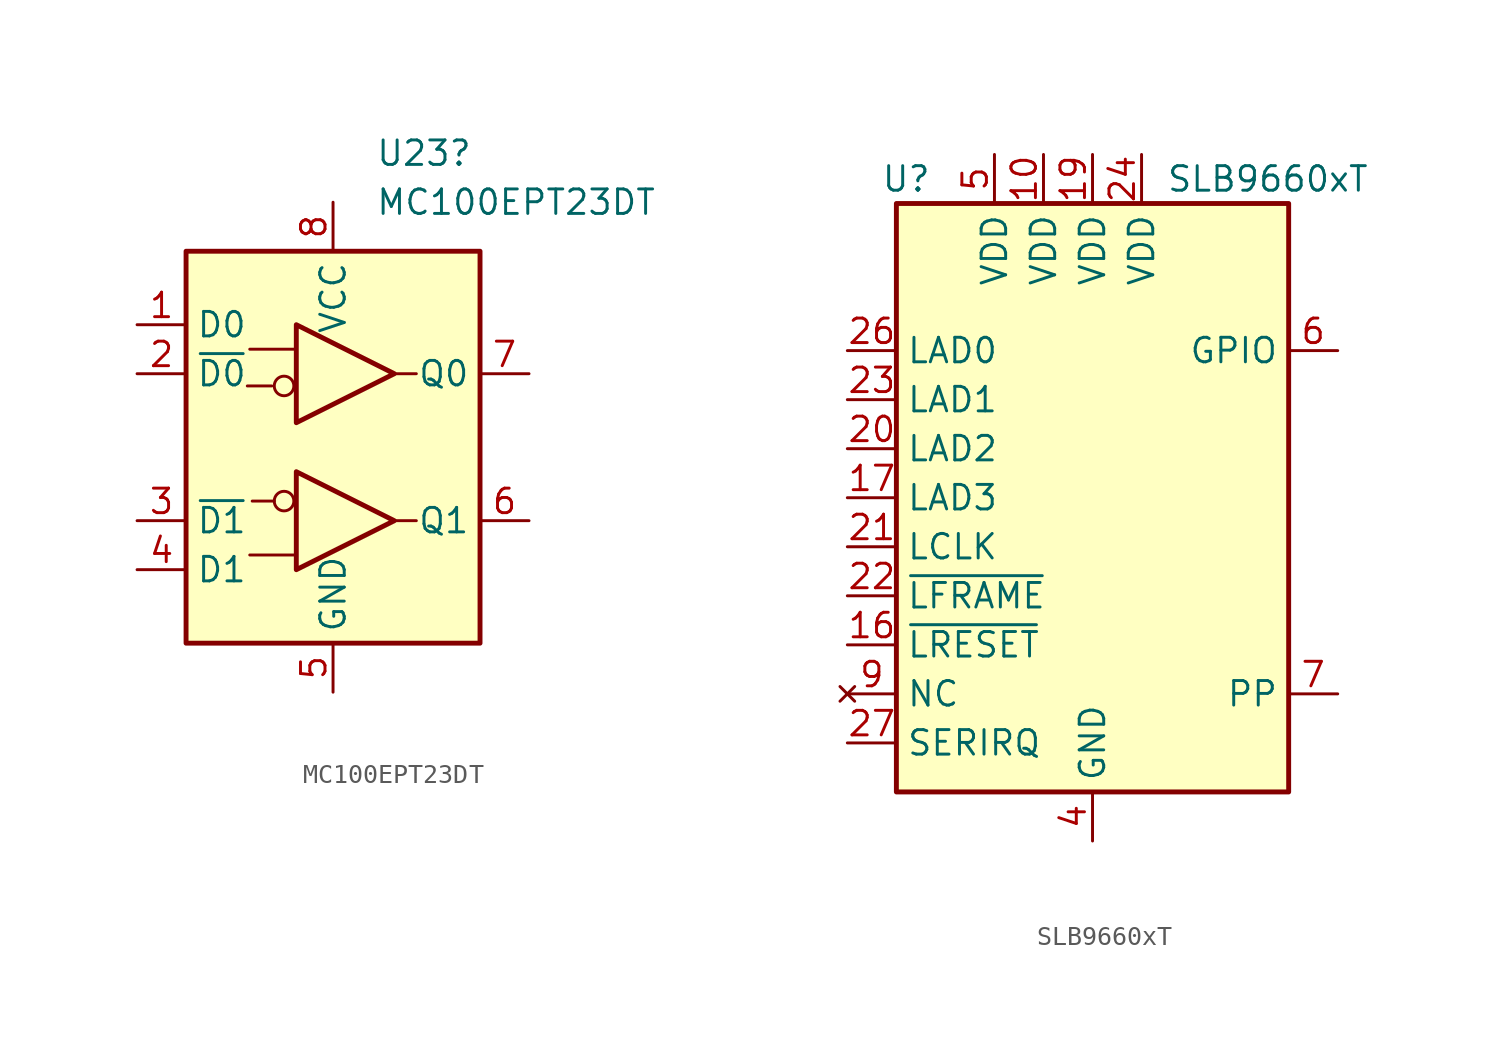
<source format=kicad_sym>
(kicad_symbol_lib
  (version 20231120)
  (generator "kicad_symbol_editor")
  (generator_version "8.0")
  (symbol "MC100EPT23DT"
    (property "Reference" "U23"
      (at 2.194 15.24 0)
      (effects (font (size 1.27 1.27)) (justify left)))
    (property "Value" "MC100EPT23DT"
      (at 2.194 12.7 0)
      (effects (font (size 1.27 1.27)) (justify left)))
    (symbol "MC100EPT23DT_0_1"
      (polyline (pts (xy -2.032 -5.588) (xy -4.318 -5.588)) (stroke (width 0) (type default)) (fill (type none)))
      (polyline (pts (xy -2.032 5.08) (xy -4.318 5.08)) (stroke (width 0) (type default)) (fill (type none)))
      (polyline (pts (xy 3.048 -3.81) (xy 4.318 -3.81)) (stroke (width 0) (type default)) (fill (type none)))
      (polyline (pts (xy 3.048 3.81) (xy 4.318 3.81)) (stroke (width 0) (type default)) (fill (type none))))
    (symbol "MC100EPT23DT_1_0"
      (rectangle (start -7.62 10.16) (end 7.62 -10.16) (stroke (width 0.254) (type default)) (fill (type background)))
      (circle (center -2.54 -2.794) (radius 0.508) (stroke (width 0) (type default)) (fill (type none)))
      (circle (center -2.54 3.175) (radius 0.508) (stroke (width 0) (type default)) (fill (type none)))
      (polyline (pts (xy -3.175 3.175) (xy -4.445 3.175)) (stroke (width 0) (type default)) (fill (type none)))
      (polyline (pts (xy -3.048 -2.794) (xy -4.191 -2.794)) (stroke (width 0) (type default)) (fill (type none))))
    (symbol "MC100EPT23DT_1_1"
      (polyline (pts (xy -1.905 -1.27) (xy -1.905 -6.35) (xy 3.175 -3.81) (xy -1.905 -1.27)) (stroke (width 0.254) (type default)) (fill (type none)))
      (polyline (pts (xy -1.905 6.35) (xy -1.905 1.27) (xy 3.175 3.81) (xy -1.905 6.35)) (stroke (width 0.254) (type default)) (fill (type none)))
      (pin input line (at -10.16 6.35 0) (length 2.54) (name "D0" (effects (font (size 1.27 1.27)))) (number "1" (effects (font (size 1.27 1.27)))))
      (pin input line (at -10.16 3.81 0) (length 2.54) (name "~{D0}" (effects (font (size 1.27 1.27)))) (number "2" (effects (font (size 1.27 1.27)))))
      (pin input line (at -10.16 -3.81 0) (length 2.54) (name "~{D1}" (effects (font (size 1.27 1.27)))) (number "3" (effects (font (size 1.27 1.27)))))
      (pin input line (at -10.16 -6.35 0) (length 2.54) (name "D1" (effects (font (size 1.27 1.27)))) (number "4" (effects (font (size 1.27 1.27)))))
      (pin power_in line (at 0 -12.7 90) (length 2.54) (name "GND" (effects (font (size 1.27 1.27)))) (number "5" (effects (font (size 1.27 1.27)))))
      (pin output line (at 10.16 -3.81 180) (length 2.54) (name "Q1" (effects (font (size 1.27 1.27)))) (number "6" (effects (font (size 1.27 1.27)))))
      (pin output line (at 10.16 3.81 180) (length 2.54) (name "Q0" (effects (font (size 1.27 1.27)))) (number "7" (effects (font (size 1.27 1.27)))))
      (pin power_in line (at 0 12.7 270) (length 2.54) (name "VCC" (effects (font (size 1.27 1.27)))) (number "8" (effects (font (size 1.27 1.27)))))))
  (symbol "SLB9660xT"
    (property "Reference" "U"
      (at -9.652 16.51 0)
      (effects (font (size 1.27 1.27))))
    (property "Value" "SLB9660xT"
      (at 3.81 16.51 0)
      (effects (font (size 1.27 1.27)) (justify left)))
    (symbol "SLB9660xT_0_0"
      (pin no_connect line (at -10.16 10.16 0) (length 2.54) hide (name "NC" (effects (font (size 1.27 1.27)))) (number "1" (effects (font (size 1.27 1.27)))))
      (pin power_in line (at -2.54 17.78 270) (length 2.54) (name "VDD" (effects (font (size 1.27 1.27)))) (number "10" (effects (font (size 1.27 1.27)))))
      (pin passive line (at 0 -17.78 90) (length 2.54) hide (name "GND" (effects (font (size 1.27 1.27)))) (number "11" (effects (font (size 1.27 1.27)))))
      (pin no_connect line (at 10.16 2.54 180) (length 2.54) hide (name "NC" (effects (font (size 1.27 1.27)))) (number "12" (effects (font (size 1.27 1.27)))))
      (pin no_connect line (at 10.16 0 180) (length 2.54) hide (name "NC" (effects (font (size 1.27 1.27)))) (number "13" (effects (font (size 1.27 1.27)))))
      (pin no_connect line (at 10.16 -2.54 180) (length 2.54) hide (name "NC" (effects (font (size 1.27 1.27)))) (number "14" (effects (font (size 1.27 1.27)))))
      (pin no_connect line (at 10.16 -5.08 180) (length 2.54) hide (name "NC" (effects (font (size 1.27 1.27)))) (number "15" (effects (font (size 1.27 1.27)))))
      (pin input line (at -12.7 -7.62 0) (length 2.54) (name "~{LRESET}" (effects (font (size 1.27 1.27)))) (number "16" (effects (font (size 1.27 1.27)))))
      (pin tri_state line (at -12.7 0 0) (length 2.54) (name "LAD3" (effects (font (size 1.27 1.27)))) (number "17" (effects (font (size 1.27 1.27)))))
      (pin passive line (at 0 -17.78 90) (length 2.54) hide (name "GND" (effects (font (size 1.27 1.27)))) (number "18" (effects (font (size 1.27 1.27)))))
      (pin power_in line (at 0 17.78 270) (length 2.54) (name "VDD" (effects (font (size 1.27 1.27)))) (number "19" (effects (font (size 1.27 1.27)))))
      (pin no_connect line (at 10.16 12.7 180) (length 2.54) hide (name "NC" (effects (font (size 1.27 1.27)))) (number "2" (effects (font (size 1.27 1.27)))))
      (pin tri_state line (at -12.7 2.54 0) (length 2.54) (name "LAD2" (effects (font (size 1.27 1.27)))) (number "20" (effects (font (size 1.27 1.27)))))
      (pin input line (at -12.7 -2.54 0) (length 2.54) (name "LCLK" (effects (font (size 1.27 1.27)))) (number "21" (effects (font (size 1.27 1.27)))))
      (pin input line (at -12.7 -5.08 0) (length 2.54) (name "~{LFRAME}" (effects (font (size 1.27 1.27)))) (number "22" (effects (font (size 1.27 1.27)))))
      (pin tri_state line (at -12.7 5.08 0) (length 2.54) (name "LAD1" (effects (font (size 1.27 1.27)))) (number "23" (effects (font (size 1.27 1.27)))))
      (pin power_in line (at 2.54 17.78 270) (length 2.54) (name "VDD" (effects (font (size 1.27 1.27)))) (number "24" (effects (font (size 1.27 1.27)))))
      (pin passive line (at 0 -17.78 90) (length 2.54) hide (name "GND" (effects (font (size 1.27 1.27)))) (number "25" (effects (font (size 1.27 1.27)))))
      (pin tri_state line (at -12.7 7.62 0) (length 2.54) (name "LAD0" (effects (font (size 1.27 1.27)))) (number "26" (effects (font (size 1.27 1.27)))))
      (pin tri_state line (at -12.7 -12.7 0) (length 2.54) (name "SERIRQ" (effects (font (size 1.27 1.27)))) (number "27" (effects (font (size 1.27 1.27)))))
      (pin no_connect line (at 10.16 -7.62 180) (length 2.54) hide (name "NC" (effects (font (size 1.27 1.27)))) (number "28" (effects (font (size 1.27 1.27)))))
      (pin no_connect line (at 10.16 10.16 180) (length 2.54) hide (name "NC" (effects (font (size 1.27 1.27)))) (number "3" (effects (font (size 1.27 1.27)))))
      (pin power_in line (at 0 -17.78 90) (length 2.54) (name "GND" (effects (font (size 1.27 1.27)))) (number "4" (effects (font (size 1.27 1.27)))))
      (pin power_in line (at -5.08 17.78 270) (length 2.54) (name "VDD" (effects (font (size 1.27 1.27)))) (number "5" (effects (font (size 1.27 1.27)))))
      (pin input line (at 12.7 -10.16 180) (length 2.54) (name "PP" (effects (font (size 1.27 1.27)))) (number "7" (effects (font (size 1.27 1.27)))))
      (pin no_connect line (at 10.16 5.08 180) (length 2.54) hide (name "NC" (effects (font (size 1.27 1.27)))) (number "8" (effects (font (size 1.27 1.27)))))
      (pin no_connect line (at -12.7 -10.16 0) (length 2.54) (name "NC" (effects (font (size 1.27 1.27)))) (number "9" (effects (font (size 1.27 1.27))))))
    (symbol "SLB9660xT_1_0"
      (pin bidirectional line (at 12.7 7.62 180) (length 2.54) (name "GPIO" (effects (font (size 1.27 1.27)))) (number "6" (effects (font (size 1.27 1.27))))))
    (symbol "SLB9660xT_1_1"
      (rectangle (start -10.16 15.24) (end 10.16 -15.24) (stroke (width 0.254) (type default)) (fill (type background))))))
</source>
